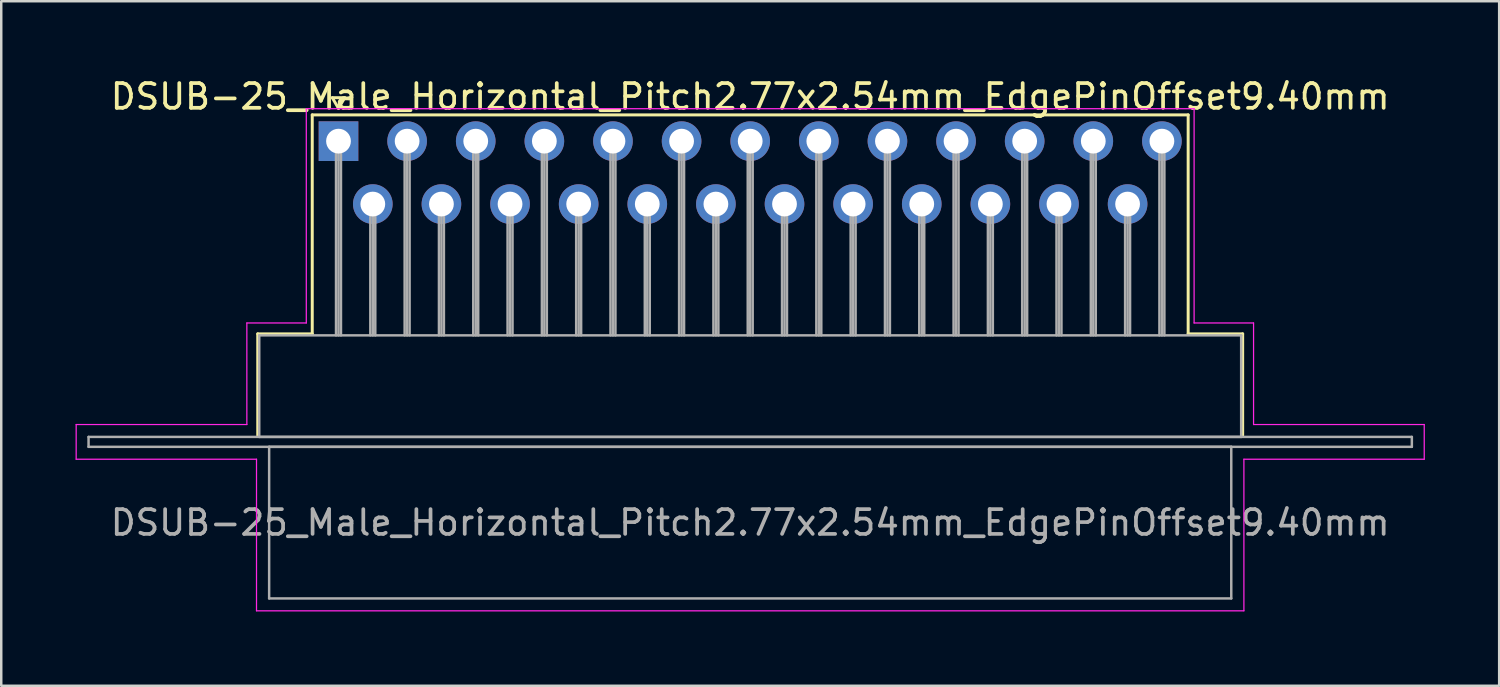
<source format=kicad_pcb>
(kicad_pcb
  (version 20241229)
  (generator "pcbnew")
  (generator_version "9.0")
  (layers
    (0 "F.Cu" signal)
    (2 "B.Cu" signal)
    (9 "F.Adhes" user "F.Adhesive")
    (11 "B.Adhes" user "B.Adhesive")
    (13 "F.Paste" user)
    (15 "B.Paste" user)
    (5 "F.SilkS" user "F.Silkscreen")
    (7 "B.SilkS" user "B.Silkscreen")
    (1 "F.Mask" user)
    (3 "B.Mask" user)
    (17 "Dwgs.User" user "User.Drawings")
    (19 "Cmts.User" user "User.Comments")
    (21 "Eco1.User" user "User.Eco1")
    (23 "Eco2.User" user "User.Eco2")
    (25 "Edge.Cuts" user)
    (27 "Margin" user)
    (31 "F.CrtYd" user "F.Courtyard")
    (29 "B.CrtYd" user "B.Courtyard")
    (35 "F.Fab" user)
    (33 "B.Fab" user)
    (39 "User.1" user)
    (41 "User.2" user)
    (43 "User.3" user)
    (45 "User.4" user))
  (footprint "DSUB-25_Male_Horizontal_Pitch2.77x2.54mm_EdgePinOffset9.40mm"
    (layer "F.Cu")
    (at 10.615 2.648)
    (property "Reference" "DSUB-25_Male_Horizontal_Pitch2.77x2.54mm_EdgePinOffset9.40mm" (at 16.62 -1.8 0) (layer "F.SilkS") (effects (font (size 1 1) (thickness 0.15))))
    (attr through_hole)
    (fp_line (start -3.26 7.78) (end -1.06 7.78) (stroke (width 0.12) (type solid)) (layer "F.SilkS"))
    (fp_line (start -3.26 11.88) (end -3.26 7.78) (stroke (width 0.12) (type solid)) (layer "F.SilkS"))
    (fp_line (start -1.06 -1.06) (end 34.3 -1.06) (stroke (width 0.12) (type solid)) (layer "F.SilkS"))
    (fp_line (start -1.06 7.78) (end -1.06 -1.06) (stroke (width 0.12) (type solid)) (layer "F.SilkS"))
    (fp_line (start -0.25 -1.754) (end 0.25 -1.754) (stroke (width 0.12) (type solid)) (layer "F.SilkS"))
    (fp_line (start 0 -1.321) (end -0.25 -1.754) (stroke (width 0.12) (type solid)) (layer "F.SilkS"))
    (fp_line (start 0.25 -1.754) (end 0 -1.321) (stroke (width 0.12) (type solid)) (layer "F.SilkS"))
    (fp_line (start 34.3 -1.06) (end 34.3 7.78) (stroke (width 0.12) (type solid)) (layer "F.SilkS"))
    (fp_line (start 34.3 7.78) (end 36.5 7.78) (stroke (width 0.12) (type solid)) (layer "F.SilkS"))
    (fp_line (start 36.5 7.78) (end 36.5 11.88) (stroke (width 0.12) (type solid)) (layer "F.SilkS"))
    (fp_line (start -10.59 11.44) (end -3.7 11.44) (stroke (width 0.05) (type solid)) (layer "F.CrtYd"))
    (fp_line (start -10.59 12.84) (end -10.59 11.44) (stroke (width 0.05) (type solid)) (layer "F.CrtYd"))
    (fp_line (start -3.7 7.34) (end -1.3 7.34) (stroke (width 0.05) (type solid)) (layer "F.CrtYd"))
    (fp_line (start -3.7 11.44) (end -3.7 7.34) (stroke (width 0.05) (type solid)) (layer "F.CrtYd"))
    (fp_line (start -3.31 12.84) (end -10.59 12.84) (stroke (width 0.05) (type solid)) (layer "F.CrtYd"))
    (fp_line (start -3.31 18.96) (end -3.31 12.84) (stroke (width 0.05) (type solid)) (layer "F.CrtYd"))
    (fp_line (start -1.3 -1.31) (end 34.54 -1.31) (stroke (width 0.05) (type solid)) (layer "F.CrtYd"))
    (fp_line (start -1.3 7.34) (end -1.3 -1.31) (stroke (width 0.05) (type solid)) (layer "F.CrtYd"))
    (fp_line (start 34.54 -1.31) (end 34.54 7.34) (stroke (width 0.05) (type solid)) (layer "F.CrtYd"))
    (fp_line (start 34.54 7.34) (end 36.94 7.34) (stroke (width 0.05) (type solid)) (layer "F.CrtYd"))
    (fp_line (start 36.55 12.84) (end 36.55 18.96) (stroke (width 0.05) (type solid)) (layer "F.CrtYd"))
    (fp_line (start 36.55 18.96) (end -3.31 18.96) (stroke (width 0.05) (type solid)) (layer "F.CrtYd"))
    (fp_line (start 36.94 7.34) (end 36.94 11.44) (stroke (width 0.05) (type solid)) (layer "F.CrtYd"))
    (fp_line (start 36.94 11.44) (end 43.83 11.44) (stroke (width 0.05) (type solid)) (layer "F.CrtYd"))
    (fp_line (start 43.83 11.44) (end 43.83 12.84) (stroke (width 0.05) (type solid)) (layer "F.CrtYd"))
    (fp_line (start 43.83 12.84) (end 36.55 12.84) (stroke (width 0.05) (type solid)) (layer "F.CrtYd"))
    (fp_line (start -10.09 11.94) (end -10.09 12.34) (stroke (width 0.1) (type solid)) (layer "F.Fab"))
    (fp_line (start -10.09 12.34) (end 43.33 12.34) (stroke (width 0.1) (type solid)) (layer "F.Fab"))
    (fp_line (start -3.2 7.84) (end -3.2 11.94) (stroke (width 0.1) (type solid)) (layer "F.Fab"))
    (fp_line (start -3.2 11.94) (end 36.44 11.94) (stroke (width 0.1) (type solid)) (layer "F.Fab"))
    (fp_line (start -2.8 12.34) (end -2.8 18.46) (stroke (width 0.1) (type solid)) (layer "F.Fab"))
    (fp_line (start -2.8 18.46) (end 36.04 18.46) (stroke (width 0.1) (type solid)) (layer "F.Fab"))
    (fp_line (start -0.1 0) (end -0.1 7.84) (stroke (width 0.1) (type solid)) (layer "F.Fab"))
    (fp_line (start 0 0) (end 0 7.84) (stroke (width 0.1) (type solid)) (layer "F.Fab"))
    (fp_line (start 0.1 0) (end 0.1 7.84) (stroke (width 0.1) (type solid)) (layer "F.Fab"))
    (fp_line (start 1.285 2.54) (end 1.285 7.84) (stroke (width 0.1) (type solid)) (layer "F.Fab"))
    (fp_line (start 1.385 2.54) (end 1.385 7.84) (stroke (width 0.1) (type solid)) (layer "F.Fab"))
    (fp_line (start 1.485 2.54) (end 1.485 7.84) (stroke (width 0.1) (type solid)) (layer "F.Fab"))
    (fp_line (start 2.67 0) (end 2.67 7.84) (stroke (width 0.1) (type solid)) (layer "F.Fab"))
    (fp_line (start 2.77 0) (end 2.77 7.84) (stroke (width 0.1) (type solid)) (layer "F.Fab"))
    (fp_line (start 2.87 0) (end 2.87 7.84) (stroke (width 0.1) (type solid)) (layer "F.Fab"))
    (fp_line (start 4.055 2.54) (end 4.055 7.84) (stroke (width 0.1) (type solid)) (layer "F.Fab"))
    (fp_line (start 4.155 2.54) (end 4.155 7.84) (stroke (width 0.1) (type solid)) (layer "F.Fab"))
    (fp_line (start 4.255 2.54) (end 4.255 7.84) (stroke (width 0.1) (type solid)) (layer "F.Fab"))
    (fp_line (start 5.44 0) (end 5.44 7.84) (stroke (width 0.1) (type solid)) (layer "F.Fab"))
    (fp_line (start 5.54 0) (end 5.54 7.84) (stroke (width 0.1) (type solid)) (layer "F.Fab"))
    (fp_line (start 5.64 0) (end 5.64 7.84) (stroke (width 0.1) (type solid)) (layer "F.Fab"))
    (fp_line (start 6.825 2.54) (end 6.825 7.84) (stroke (width 0.1) (type solid)) (layer "F.Fab"))
    (fp_line (start 6.925 2.54) (end 6.925 7.84) (stroke (width 0.1) (type solid)) (layer "F.Fab"))
    (fp_line (start 7.025 2.54) (end 7.025 7.84) (stroke (width 0.1) (type solid)) (layer "F.Fab"))
    (fp_line (start 8.21 0) (end 8.21 7.84) (stroke (width 0.1) (type solid)) (layer "F.Fab"))
    (fp_line (start 8.31 0) (end 8.31 7.84) (stroke (width 0.1) (type solid)) (layer "F.Fab"))
    (fp_line (start 8.41 0) (end 8.41 7.84) (stroke (width 0.1) (type solid)) (layer "F.Fab"))
    (fp_line (start 9.595 2.54) (end 9.595 7.84) (stroke (width 0.1) (type solid)) (layer "F.Fab"))
    (fp_line (start 9.695 2.54) (end 9.695 7.84) (stroke (width 0.1) (type solid)) (layer "F.Fab"))
    (fp_line (start 9.795 2.54) (end 9.795 7.84) (stroke (width 0.1) (type solid)) (layer "F.Fab"))
    (fp_line (start 10.98 0) (end 10.98 7.84) (stroke (width 0.1) (type solid)) (layer "F.Fab"))
    (fp_line (start 11.08 0) (end 11.08 7.84) (stroke (width 0.1) (type solid)) (layer "F.Fab"))
    (fp_line (start 11.18 0) (end 11.18 7.84) (stroke (width 0.1) (type solid)) (layer "F.Fab"))
    (fp_line (start 12.365 2.54) (end 12.365 7.84) (stroke (width 0.1) (type solid)) (layer "F.Fab"))
    (fp_line (start 12.465 2.54) (end 12.465 7.84) (stroke (width 0.1) (type solid)) (layer "F.Fab"))
    (fp_line (start 12.565 2.54) (end 12.565 7.84) (stroke (width 0.1) (type solid)) (layer "F.Fab"))
    (fp_line (start 13.75 0) (end 13.75 7.84) (stroke (width 0.1) (type solid)) (layer "F.Fab"))
    (fp_line (start 13.85 0) (end 13.85 7.84) (stroke (width 0.1) (type solid)) (layer "F.Fab"))
    (fp_line (start 13.95 0) (end 13.95 7.84) (stroke (width 0.1) (type solid)) (layer "F.Fab"))
    (fp_line (start 15.135 2.54) (end 15.135 7.84) (stroke (width 0.1) (type solid)) (layer "F.Fab"))
    (fp_line (start 15.235 2.54) (end 15.235 7.84) (stroke (width 0.1) (type solid)) (layer "F.Fab"))
    (fp_line (start 15.335 2.54) (end 15.335 7.84) (stroke (width 0.1) (type solid)) (layer "F.Fab"))
    (fp_line (start 16.52 0) (end 16.52 7.84) (stroke (width 0.1) (type solid)) (layer "F.Fab"))
    (fp_line (start 16.62 0) (end 16.62 7.84) (stroke (width 0.1) (type solid)) (layer "F.Fab"))
    (fp_line (start 16.72 0) (end 16.72 7.84) (stroke (width 0.1) (type solid)) (layer "F.Fab"))
    (fp_line (start 17.905 2.54) (end 17.905 7.84) (stroke (width 0.1) (type solid)) (layer "F.Fab"))
    (fp_line (start 18.005 2.54) (end 18.005 7.84) (stroke (width 0.1) (type solid)) (layer "F.Fab"))
    (fp_line (start 18.105 2.54) (end 18.105 7.84) (stroke (width 0.1) (type solid)) (layer "F.Fab"))
    (fp_line (start 19.29 0) (end 19.29 7.84) (stroke (width 0.1) (type solid)) (layer "F.Fab"))
    (fp_line (start 19.39 0) (end 19.39 7.84) (stroke (width 0.1) (type solid)) (layer "F.Fab"))
    (fp_line (start 19.49 0) (end 19.49 7.84) (stroke (width 0.1) (type solid)) (layer "F.Fab"))
    (fp_line (start 20.675 2.54) (end 20.675 7.84) (stroke (width 0.1) (type solid)) (layer "F.Fab"))
    (fp_line (start 20.775 2.54) (end 20.775 7.84) (stroke (width 0.1) (type solid)) (layer "F.Fab"))
    (fp_line (start 20.875 2.54) (end 20.875 7.84) (stroke (width 0.1) (type solid)) (layer "F.Fab"))
    (fp_line (start 22.06 0) (end 22.06 7.84) (stroke (width 0.1) (type solid)) (layer "F.Fab"))
    (fp_line (start 22.16 0) (end 22.16 7.84) (stroke (width 0.1) (type solid)) (layer "F.Fab"))
    (fp_line (start 22.26 0) (end 22.26 7.84) (stroke (width 0.1) (type solid)) (layer "F.Fab"))
    (fp_line (start 23.445 2.54) (end 23.445 7.84) (stroke (width 0.1) (type solid)) (layer "F.Fab"))
    (fp_line (start 23.545 2.54) (end 23.545 7.84) (stroke (width 0.1) (type solid)) (layer "F.Fab"))
    (fp_line (start 23.645 2.54) (end 23.645 7.84) (stroke (width 0.1) (type solid)) (layer "F.Fab"))
    (fp_line (start 24.83 0) (end 24.83 7.84) (stroke (width 0.1) (type solid)) (layer "F.Fab"))
    (fp_line (start 24.93 0) (end 24.93 7.84) (stroke (width 0.1) (type solid)) (layer "F.Fab"))
    (fp_line (start 25.03 0) (end 25.03 7.84) (stroke (width 0.1) (type solid)) (layer "F.Fab"))
    (fp_line (start 26.215 2.54) (end 26.215 7.84) (stroke (width 0.1) (type solid)) (layer "F.Fab"))
    (fp_line (start 26.315 2.54) (end 26.315 7.84) (stroke (width 0.1) (type solid)) (layer "F.Fab"))
    (fp_line (start 26.415 2.54) (end 26.415 7.84) (stroke (width 0.1) (type solid)) (layer "F.Fab"))
    (fp_line (start 27.6 0) (end 27.6 7.84) (stroke (width 0.1) (type solid)) (layer "F.Fab"))
    (fp_line (start 27.7 0) (end 27.7 7.84) (stroke (width 0.1) (type solid)) (layer "F.Fab"))
    (fp_line (start 27.8 0) (end 27.8 7.84) (stroke (width 0.1) (type solid)) (layer "F.Fab"))
    (fp_line (start 28.985 2.54) (end 28.985 7.84) (stroke (width 0.1) (type solid)) (layer "F.Fab"))
    (fp_line (start 29.085 2.54) (end 29.085 7.84) (stroke (width 0.1) (type solid)) (layer "F.Fab"))
    (fp_line (start 29.185 2.54) (end 29.185 7.84) (stroke (width 0.1) (type solid)) (layer "F.Fab"))
    (fp_line (start 30.37 0) (end 30.37 7.84) (stroke (width 0.1) (type solid)) (layer "F.Fab"))
    (fp_line (start 30.47 0) (end 30.47 7.84) (stroke (width 0.1) (type solid)) (layer "F.Fab"))
    (fp_line (start 30.57 0) (end 30.57 7.84) (stroke (width 0.1) (type solid)) (layer "F.Fab"))
    (fp_line (start 31.755 2.54) (end 31.755 7.84) (stroke (width 0.1) (type solid)) (layer "F.Fab"))
    (fp_line (start 31.855 2.54) (end 31.855 7.84) (stroke (width 0.1) (type solid)) (layer "F.Fab"))
    (fp_line (start 31.955 2.54) (end 31.955 7.84) (stroke (width 0.1) (type solid)) (layer "F.Fab"))
    (fp_line (start 33.14 0) (end 33.14 7.84) (stroke (width 0.1) (type solid)) (layer "F.Fab"))
    (fp_line (start 33.24 0) (end 33.24 7.84) (stroke (width 0.1) (type solid)) (layer "F.Fab"))
    (fp_line (start 33.34 0) (end 33.34 7.84) (stroke (width 0.1) (type solid)) (layer "F.Fab"))
    (fp_line (start 36.04 12.34) (end -2.8 12.34) (stroke (width 0.1) (type solid)) (layer "F.Fab"))
    (fp_line (start 36.04 18.46) (end 36.04 12.34) (stroke (width 0.1) (type solid)) (layer "F.Fab"))
    (fp_line (start 36.44 7.84) (end -3.2 7.84) (stroke (width 0.1) (type solid)) (layer "F.Fab"))
    (fp_line (start 36.44 11.94) (end 36.44 7.84) (stroke (width 0.1) (type solid)) (layer "F.Fab"))
    (fp_line (start 43.33 11.94) (end -10.09 11.94) (stroke (width 0.1) (type solid)) (layer "F.Fab"))
    (fp_line (start 43.33 12.34) (end 43.33 11.94) (stroke (width 0.1) (type solid)) (layer "F.Fab"))
    (fp_text user "${REFERENCE}" (at 16.62 15.4 0) (layer "F.Fab") (effects (font (size 1 1) (thickness 0.15))))
    (pad "1" thru_hole rect (at 0 0) (size 1.6 1.6) (drill 1) (layers "*.Cu" "*.Mask"))
    (pad "2" thru_hole circle (at 2.77 0) (size 1.6 1.6) (drill 1) (layers "*.Cu" "*.Mask"))
    (pad "3" thru_hole circle (at 5.54 0) (size 1.6 1.6) (drill 1) (layers "*.Cu" "*.Mask"))
    (pad "4" thru_hole circle (at 8.31 0) (size 1.6 1.6) (drill 1) (layers "*.Cu" "*.Mask"))
    (pad "5" thru_hole circle (at 11.08 0) (size 1.6 1.6) (drill 1) (layers "*.Cu" "*.Mask"))
    (pad "6" thru_hole circle (at 13.85 0) (size 1.6 1.6) (drill 1) (layers "*.Cu" "*.Mask"))
    (pad "7" thru_hole circle (at 16.62 0) (size 1.6 1.6) (drill 1) (layers "*.Cu" "*.Mask"))
    (pad "8" thru_hole circle (at 19.39 0) (size 1.6 1.6) (drill 1) (layers "*.Cu" "*.Mask"))
    (pad "9" thru_hole circle (at 22.16 0) (size 1.6 1.6) (drill 1) (layers "*.Cu" "*.Mask"))
    (pad "10" thru_hole circle (at 24.93 0) (size 1.6 1.6) (drill 1) (layers "*.Cu" "*.Mask"))
    (pad "11" thru_hole circle (at 27.7 0) (size 1.6 1.6) (drill 1) (layers "*.Cu" "*.Mask"))
    (pad "12" thru_hole circle (at 30.47 0) (size 1.6 1.6) (drill 1) (layers "*.Cu" "*.Mask"))
    (pad "13" thru_hole circle (at 33.24 0) (size 1.6 1.6) (drill 1) (layers "*.Cu" "*.Mask"))
    (pad "14" thru_hole circle (at 1.385 2.54) (size 1.6 1.6) (drill 1) (layers "*.Cu" "*.Mask"))
    (pad "15" thru_hole circle (at 4.155 2.54) (size 1.6 1.6) (drill 1) (layers "*.Cu" "*.Mask"))
    (pad "16" thru_hole circle (at 6.925 2.54) (size 1.6 1.6) (drill 1) (layers "*.Cu" "*.Mask"))
    (pad "17" thru_hole circle (at 9.695 2.54) (size 1.6 1.6) (drill 1) (layers "*.Cu" "*.Mask"))
    (pad "18" thru_hole circle (at 12.465 2.54) (size 1.6 1.6) (drill 1) (layers "*.Cu" "*.Mask"))
    (pad "19" thru_hole circle (at 15.235 2.54) (size 1.6 1.6) (drill 1) (layers "*.Cu" "*.Mask"))
    (pad "20" thru_hole circle (at 18.005 2.54) (size 1.6 1.6) (drill 1) (layers "*.Cu" "*.Mask"))
    (pad "21" thru_hole circle (at 20.775 2.54) (size 1.6 1.6) (drill 1) (layers "*.Cu" "*.Mask"))
    (pad "22" thru_hole circle (at 23.545 2.54) (size 1.6 1.6) (drill 1) (layers "*.Cu" "*.Mask"))
    (pad "23" thru_hole circle (at 26.315 2.54) (size 1.6 1.6) (drill 1) (layers "*.Cu" "*.Mask"))
    (pad "24" thru_hole circle (at 29.085 2.54) (size 1.6 1.6) (drill 1) (layers "*.Cu" "*.Mask"))
    (pad "25" thru_hole circle (at 31.855 2.54) (size 1.6 1.6) (drill 1) (layers "*.Cu" "*.Mask")))
  (gr_rect
    (start -3 -3)
    (end 57.47 24.633)
    (stroke (width 0.1) (type default))
    (fill no)
    (layer "Edge.Cuts")))
</source>
